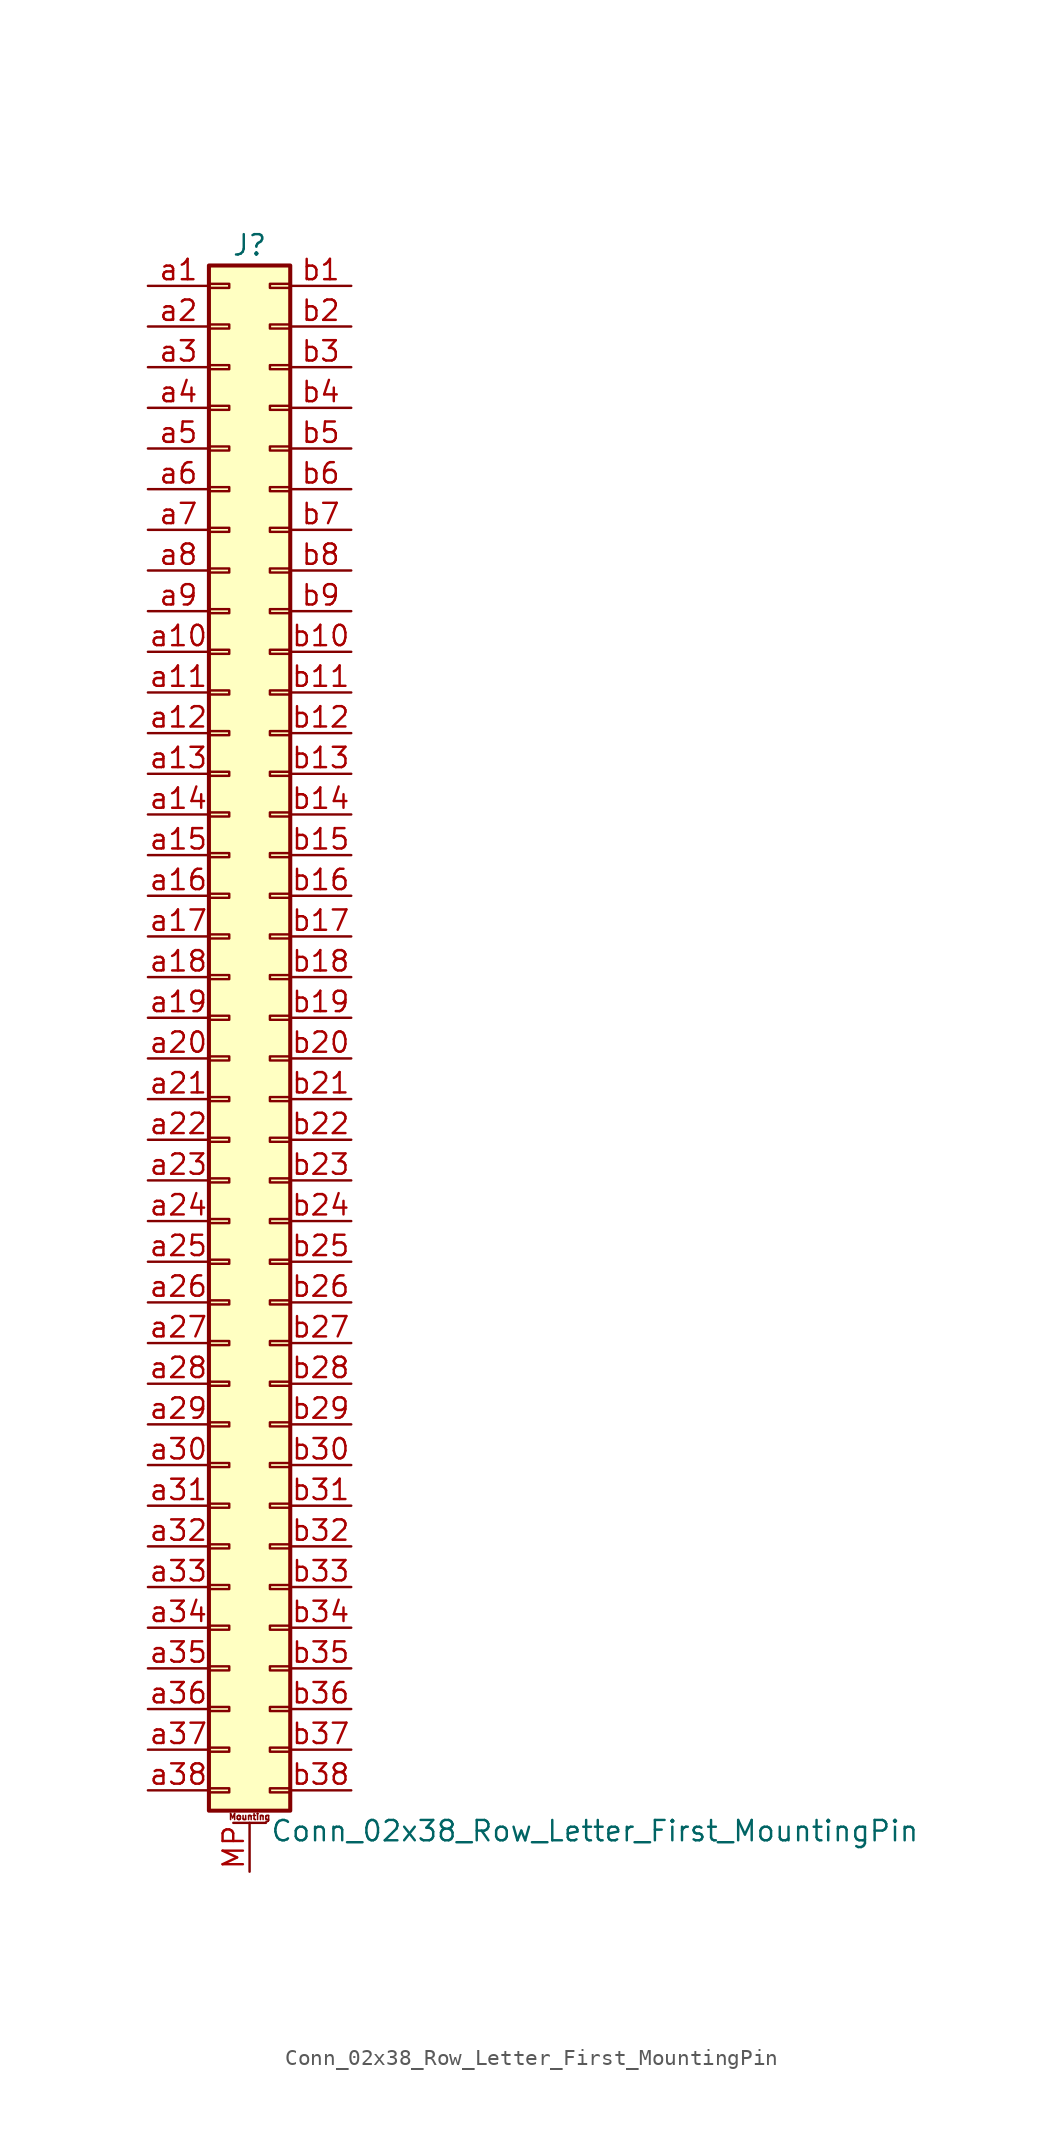
<source format=kicad_sym>
(kicad_symbol_lib
  (version 20201005)
  (generator kicad_symbol_editor)
  (symbol "Conn_02x38_Row_Letter_First_MountingPin"
    (pin_names
      (offset 1.016) hide)
    (property "Reference" "J"
      (at 1.27 48.26 0)
      (effects (font (size 1.27 1.27))))
    (property "Value" "Conn_02x38_Row_Letter_First_MountingPin"
      (at 2.54 -50.8 0)
      (effects (font (size 1.27 1.27)) (justify left)))
    (symbol "Conn_02x38_Row_Letter_First_MountingPin_1_1"
      (text "Mounting" (at 1.27 -49.911 0) (effects (font (size 0.381 0.381))))
      (rectangle (start -1.27 -48.133) (end 0 -48.387) (stroke (width 0.152)) (fill (type none)))
      (rectangle (start -1.27 -45.593) (end 0 -45.847) (stroke (width 0.152)) (fill (type none)))
      (rectangle (start -1.27 -43.053) (end 0 -43.307) (stroke (width 0.152)) (fill (type none)))
      (rectangle (start -1.27 -40.513) (end 0 -40.767) (stroke (width 0.152)) (fill (type none)))
      (rectangle (start -1.27 -37.973) (end 0 -38.227) (stroke (width 0.152)) (fill (type none)))
      (rectangle (start -1.27 -35.433) (end 0 -35.687) (stroke (width 0.152)) (fill (type none)))
      (rectangle (start -1.27 -32.893) (end 0 -33.147) (stroke (width 0.152)) (fill (type none)))
      (rectangle (start -1.27 -30.353) (end 0 -30.607) (stroke (width 0.152)) (fill (type none)))
      (rectangle (start -1.27 -27.813) (end 0 -28.067) (stroke (width 0.152)) (fill (type none)))
      (rectangle (start -1.27 -25.273) (end 0 -25.527) (stroke (width 0.152)) (fill (type none)))
      (rectangle (start -1.27 -22.733) (end 0 -22.987) (stroke (width 0.152)) (fill (type none)))
      (rectangle (start -1.27 -20.193) (end 0 -20.447) (stroke (width 0.152)) (fill (type none)))
      (rectangle (start -1.27 -17.653) (end 0 -17.907) (stroke (width 0.152)) (fill (type none)))
      (rectangle (start -1.27 -15.113) (end 0 -15.367) (stroke (width 0.152)) (fill (type none)))
      (rectangle (start -1.27 -12.573) (end 0 -12.827) (stroke (width 0.152)) (fill (type none)))
      (rectangle (start -1.27 -10.033) (end 0 -10.287) (stroke (width 0.152)) (fill (type none)))
      (rectangle (start -1.27 -7.493) (end 0 -7.747) (stroke (width 0.152)) (fill (type none)))
      (rectangle (start -1.27 -4.953) (end 0 -5.207) (stroke (width 0.152)) (fill (type none)))
      (rectangle (start -1.27 -2.413) (end 0 -2.667) (stroke (width 0.152)) (fill (type none)))
      (rectangle (start -1.27 0.127) (end 0 -0.127) (stroke (width 0.152)) (fill (type none)))
      (rectangle (start -1.27 2.667) (end 0 2.413) (stroke (width 0.152)) (fill (type none)))
      (rectangle (start -1.27 5.207) (end 0 4.953) (stroke (width 0.152)) (fill (type none)))
      (rectangle (start -1.27 7.747) (end 0 7.493) (stroke (width 0.152)) (fill (type none)))
      (rectangle (start -1.27 10.287) (end 0 10.033) (stroke (width 0.152)) (fill (type none)))
      (rectangle (start -1.27 12.827) (end 0 12.573) (stroke (width 0.152)) (fill (type none)))
      (rectangle (start -1.27 15.367) (end 0 15.113) (stroke (width 0.152)) (fill (type none)))
      (rectangle (start -1.27 17.907) (end 0 17.653) (stroke (width 0.152)) (fill (type none)))
      (rectangle (start -1.27 20.447) (end 0 20.193) (stroke (width 0.152)) (fill (type none)))
      (rectangle (start -1.27 22.987) (end 0 22.733) (stroke (width 0.152)) (fill (type none)))
      (rectangle (start -1.27 25.527) (end 0 25.273) (stroke (width 0.152)) (fill (type none)))
      (rectangle (start -1.27 28.067) (end 0 27.813) (stroke (width 0.152)) (fill (type none)))
      (rectangle (start -1.27 30.607) (end 0 30.353) (stroke (width 0.152)) (fill (type none)))
      (rectangle (start -1.27 33.147) (end 0 32.893) (stroke (width 0.152)) (fill (type none)))
      (rectangle (start -1.27 35.687) (end 0 35.433) (stroke (width 0.152)) (fill (type none)))
      (rectangle (start -1.27 38.227) (end 0 37.973) (stroke (width 0.152)) (fill (type none)))
      (rectangle (start -1.27 40.767) (end 0 40.513) (stroke (width 0.152)) (fill (type none)))
      (rectangle (start -1.27 43.307) (end 0 43.053) (stroke (width 0.152)) (fill (type none)))
      (rectangle (start -1.27 45.847) (end 0 45.593) (stroke (width 0.152)) (fill (type none)))
      (rectangle (start 3.81 -48.133) (end 2.54 -48.387) (stroke (width 0.152)) (fill (type none)))
      (rectangle (start 3.81 -45.593) (end 2.54 -45.847) (stroke (width 0.152)) (fill (type none)))
      (rectangle (start 3.81 -43.053) (end 2.54 -43.307) (stroke (width 0.152)) (fill (type none)))
      (rectangle (start 3.81 -40.513) (end 2.54 -40.767) (stroke (width 0.152)) (fill (type none)))
      (rectangle (start 3.81 -37.973) (end 2.54 -38.227) (stroke (width 0.152)) (fill (type none)))
      (rectangle (start 3.81 -35.433) (end 2.54 -35.687) (stroke (width 0.152)) (fill (type none)))
      (rectangle (start 3.81 -32.893) (end 2.54 -33.147) (stroke (width 0.152)) (fill (type none)))
      (rectangle (start 3.81 -30.353) (end 2.54 -30.607) (stroke (width 0.152)) (fill (type none)))
      (rectangle (start 3.81 -27.813) (end 2.54 -28.067) (stroke (width 0.152)) (fill (type none)))
      (rectangle (start 3.81 -25.273) (end 2.54 -25.527) (stroke (width 0.152)) (fill (type none)))
      (rectangle (start 3.81 -22.733) (end 2.54 -22.987) (stroke (width 0.152)) (fill (type none)))
      (rectangle (start 3.81 -20.193) (end 2.54 -20.447) (stroke (width 0.152)) (fill (type none)))
      (rectangle (start 3.81 -17.653) (end 2.54 -17.907) (stroke (width 0.152)) (fill (type none)))
      (rectangle (start 3.81 -15.113) (end 2.54 -15.367) (stroke (width 0.152)) (fill (type none)))
      (rectangle (start 3.81 -12.573) (end 2.54 -12.827) (stroke (width 0.152)) (fill (type none)))
      (rectangle (start 3.81 -10.033) (end 2.54 -10.287) (stroke (width 0.152)) (fill (type none)))
      (rectangle (start 3.81 -7.493) (end 2.54 -7.747) (stroke (width 0.152)) (fill (type none)))
      (rectangle (start 3.81 -4.953) (end 2.54 -5.207) (stroke (width 0.152)) (fill (type none)))
      (rectangle (start 3.81 -2.413) (end 2.54 -2.667) (stroke (width 0.152)) (fill (type none)))
      (rectangle (start 3.81 0.127) (end 2.54 -0.127) (stroke (width 0.152)) (fill (type none)))
      (rectangle (start 3.81 2.667) (end 2.54 2.413) (stroke (width 0.152)) (fill (type none)))
      (rectangle (start 3.81 5.207) (end 2.54 4.953) (stroke (width 0.152)) (fill (type none)))
      (rectangle (start 3.81 7.747) (end 2.54 7.493) (stroke (width 0.152)) (fill (type none)))
      (rectangle (start 3.81 10.287) (end 2.54 10.033) (stroke (width 0.152)) (fill (type none)))
      (rectangle (start 3.81 12.827) (end 2.54 12.573) (stroke (width 0.152)) (fill (type none)))
      (rectangle (start 3.81 15.367) (end 2.54 15.113) (stroke (width 0.152)) (fill (type none)))
      (rectangle (start 3.81 17.907) (end 2.54 17.653) (stroke (width 0.152)) (fill (type none)))
      (rectangle (start 3.81 20.447) (end 2.54 20.193) (stroke (width 0.152)) (fill (type none)))
      (rectangle (start 3.81 22.987) (end 2.54 22.733) (stroke (width 0.152)) (fill (type none)))
      (rectangle (start 3.81 25.527) (end 2.54 25.273) (stroke (width 0.152)) (fill (type none)))
      (rectangle (start 3.81 28.067) (end 2.54 27.813) (stroke (width 0.152)) (fill (type none)))
      (rectangle (start 3.81 30.607) (end 2.54 30.353) (stroke (width 0.152)) (fill (type none)))
      (rectangle (start 3.81 33.147) (end 2.54 32.893) (stroke (width 0.152)) (fill (type none)))
      (rectangle (start 3.81 35.687) (end 2.54 35.433) (stroke (width 0.152)) (fill (type none)))
      (rectangle (start 3.81 38.227) (end 2.54 37.973) (stroke (width 0.152)) (fill (type none)))
      (rectangle (start 3.81 40.767) (end 2.54 40.513) (stroke (width 0.152)) (fill (type none)))
      (rectangle (start 3.81 43.307) (end 2.54 43.053) (stroke (width 0.152)) (fill (type none)))
      (rectangle (start 3.81 45.847) (end 2.54 45.593) (stroke (width 0.152)) (fill (type none)))
      (rectangle (start -1.27 46.99) (end 3.81 -49.53) (stroke (width 0.254)) (fill (type background)))
      (polyline (pts (xy 0.254 -50.292) (xy 2.286 -50.292)) (stroke (width 0.152)) (fill (type none)))
      (pin passive line (at 1.27 -53.34 90) (length 3.048) (name "MountPin" (effects (font (size 1.27 1.27)))) (number "MP" (effects (font (size 1.27 1.27)))))
      (pin passive line (at -5.08 45.72 0) (length 3.81) (name "Pin_a1" (effects (font (size 1.27 1.27)))) (number "a1" (effects (font (size 1.27 1.27)))))
      (pin passive line (at -5.08 22.86 0) (length 3.81) (name "Pin_a10" (effects (font (size 1.27 1.27)))) (number "a10" (effects (font (size 1.27 1.27)))))
      (pin passive line (at -5.08 20.32 0) (length 3.81) (name "Pin_a11" (effects (font (size 1.27 1.27)))) (number "a11" (effects (font (size 1.27 1.27)))))
      (pin passive line (at -5.08 17.78 0) (length 3.81) (name "Pin_a12" (effects (font (size 1.27 1.27)))) (number "a12" (effects (font (size 1.27 1.27)))))
      (pin passive line (at -5.08 15.24 0) (length 3.81) (name "Pin_a13" (effects (font (size 1.27 1.27)))) (number "a13" (effects (font (size 1.27 1.27)))))
      (pin passive line (at -5.08 12.7 0) (length 3.81) (name "Pin_a14" (effects (font (size 1.27 1.27)))) (number "a14" (effects (font (size 1.27 1.27)))))
      (pin passive line (at -5.08 10.16 0) (length 3.81) (name "Pin_a15" (effects (font (size 1.27 1.27)))) (number "a15" (effects (font (size 1.27 1.27)))))
      (pin passive line (at -5.08 7.62 0) (length 3.81) (name "Pin_a16" (effects (font (size 1.27 1.27)))) (number "a16" (effects (font (size 1.27 1.27)))))
      (pin passive line (at -5.08 5.08 0) (length 3.81) (name "Pin_a17" (effects (font (size 1.27 1.27)))) (number "a17" (effects (font (size 1.27 1.27)))))
      (pin passive line (at -5.08 2.54 0) (length 3.81) (name "Pin_a18" (effects (font (size 1.27 1.27)))) (number "a18" (effects (font (size 1.27 1.27)))))
      (pin passive line (at -5.08 0 0) (length 3.81) (name "Pin_a19" (effects (font (size 1.27 1.27)))) (number "a19" (effects (font (size 1.27 1.27)))))
      (pin passive line (at -5.08 43.18 0) (length 3.81) (name "Pin_a2" (effects (font (size 1.27 1.27)))) (number "a2" (effects (font (size 1.27 1.27)))))
      (pin passive line (at -5.08 -2.54 0) (length 3.81) (name "Pin_a20" (effects (font (size 1.27 1.27)))) (number "a20" (effects (font (size 1.27 1.27)))))
      (pin passive line (at -5.08 -5.08 0) (length 3.81) (name "Pin_a21" (effects (font (size 1.27 1.27)))) (number "a21" (effects (font (size 1.27 1.27)))))
      (pin passive line (at -5.08 -7.62 0) (length 3.81) (name "Pin_a22" (effects (font (size 1.27 1.27)))) (number "a22" (effects (font (size 1.27 1.27)))))
      (pin passive line (at -5.08 -10.16 0) (length 3.81) (name "Pin_a23" (effects (font (size 1.27 1.27)))) (number "a23" (effects (font (size 1.27 1.27)))))
      (pin passive line (at -5.08 -12.7 0) (length 3.81) (name "Pin_a24" (effects (font (size 1.27 1.27)))) (number "a24" (effects (font (size 1.27 1.27)))))
      (pin passive line (at -5.08 -15.24 0) (length 3.81) (name "Pin_a25" (effects (font (size 1.27 1.27)))) (number "a25" (effects (font (size 1.27 1.27)))))
      (pin passive line (at -5.08 -17.78 0) (length 3.81) (name "Pin_a26" (effects (font (size 1.27 1.27)))) (number "a26" (effects (font (size 1.27 1.27)))))
      (pin passive line (at -5.08 -20.32 0) (length 3.81) (name "Pin_a27" (effects (font (size 1.27 1.27)))) (number "a27" (effects (font (size 1.27 1.27)))))
      (pin passive line (at -5.08 -22.86 0) (length 3.81) (name "Pin_a28" (effects (font (size 1.27 1.27)))) (number "a28" (effects (font (size 1.27 1.27)))))
      (pin passive line (at -5.08 -25.4 0) (length 3.81) (name "Pin_a29" (effects (font (size 1.27 1.27)))) (number "a29" (effects (font (size 1.27 1.27)))))
      (pin passive line (at -5.08 40.64 0) (length 3.81) (name "Pin_a3" (effects (font (size 1.27 1.27)))) (number "a3" (effects (font (size 1.27 1.27)))))
      (pin passive line (at -5.08 -27.94 0) (length 3.81) (name "Pin_a30" (effects (font (size 1.27 1.27)))) (number "a30" (effects (font (size 1.27 1.27)))))
      (pin passive line (at -5.08 -30.48 0) (length 3.81) (name "Pin_a31" (effects (font (size 1.27 1.27)))) (number "a31" (effects (font (size 1.27 1.27)))))
      (pin passive line (at -5.08 -33.02 0) (length 3.81) (name "Pin_a32" (effects (font (size 1.27 1.27)))) (number "a32" (effects (font (size 1.27 1.27)))))
      (pin passive line (at -5.08 -35.56 0) (length 3.81) (name "Pin_a33" (effects (font (size 1.27 1.27)))) (number "a33" (effects (font (size 1.27 1.27)))))
      (pin passive line (at -5.08 -38.1 0) (length 3.81) (name "Pin_a34" (effects (font (size 1.27 1.27)))) (number "a34" (effects (font (size 1.27 1.27)))))
      (pin passive line (at -5.08 -40.64 0) (length 3.81) (name "Pin_a35" (effects (font (size 1.27 1.27)))) (number "a35" (effects (font (size 1.27 1.27)))))
      (pin passive line (at -5.08 -43.18 0) (length 3.81) (name "Pin_a36" (effects (font (size 1.27 1.27)))) (number "a36" (effects (font (size 1.27 1.27)))))
      (pin passive line (at -5.08 -45.72 0) (length 3.81) (name "Pin_a37" (effects (font (size 1.27 1.27)))) (number "a37" (effects (font (size 1.27 1.27)))))
      (pin passive line (at -5.08 -48.26 0) (length 3.81) (name "Pin_a38" (effects (font (size 1.27 1.27)))) (number "a38" (effects (font (size 1.27 1.27)))))
      (pin passive line (at -5.08 38.1 0) (length 3.81) (name "Pin_a4" (effects (font (size 1.27 1.27)))) (number "a4" (effects (font (size 1.27 1.27)))))
      (pin passive line (at -5.08 35.56 0) (length 3.81) (name "Pin_a5" (effects (font (size 1.27 1.27)))) (number "a5" (effects (font (size 1.27 1.27)))))
      (pin passive line (at -5.08 33.02 0) (length 3.81) (name "Pin_a6" (effects (font (size 1.27 1.27)))) (number "a6" (effects (font (size 1.27 1.27)))))
      (pin passive line (at -5.08 30.48 0) (length 3.81) (name "Pin_a7" (effects (font (size 1.27 1.27)))) (number "a7" (effects (font (size 1.27 1.27)))))
      (pin passive line (at -5.08 27.94 0) (length 3.81) (name "Pin_a8" (effects (font (size 1.27 1.27)))) (number "a8" (effects (font (size 1.27 1.27)))))
      (pin passive line (at -5.08 25.4 0) (length 3.81) (name "Pin_a9" (effects (font (size 1.27 1.27)))) (number "a9" (effects (font (size 1.27 1.27)))))
      (pin passive line (at 7.62 45.72 180) (length 3.81) (name "Pin_b1" (effects (font (size 1.27 1.27)))) (number "b1" (effects (font (size 1.27 1.27)))))
      (pin passive line (at 7.62 22.86 180) (length 3.81) (name "Pin_b10" (effects (font (size 1.27 1.27)))) (number "b10" (effects (font (size 1.27 1.27)))))
      (pin passive line (at 7.62 20.32 180) (length 3.81) (name "Pin_b11" (effects (font (size 1.27 1.27)))) (number "b11" (effects (font (size 1.27 1.27)))))
      (pin passive line (at 7.62 17.78 180) (length 3.81) (name "Pin_b12" (effects (font (size 1.27 1.27)))) (number "b12" (effects (font (size 1.27 1.27)))))
      (pin passive line (at 7.62 15.24 180) (length 3.81) (name "Pin_b13" (effects (font (size 1.27 1.27)))) (number "b13" (effects (font (size 1.27 1.27)))))
      (pin passive line (at 7.62 12.7 180) (length 3.81) (name "Pin_b14" (effects (font (size 1.27 1.27)))) (number "b14" (effects (font (size 1.27 1.27)))))
      (pin passive line (at 7.62 10.16 180) (length 3.81) (name "Pin_b15" (effects (font (size 1.27 1.27)))) (number "b15" (effects (font (size 1.27 1.27)))))
      (pin passive line (at 7.62 7.62 180) (length 3.81) (name "Pin_b16" (effects (font (size 1.27 1.27)))) (number "b16" (effects (font (size 1.27 1.27)))))
      (pin passive line (at 7.62 5.08 180) (length 3.81) (name "Pin_b17" (effects (font (size 1.27 1.27)))) (number "b17" (effects (font (size 1.27 1.27)))))
      (pin passive line (at 7.62 2.54 180) (length 3.81) (name "Pin_b18" (effects (font (size 1.27 1.27)))) (number "b18" (effects (font (size 1.27 1.27)))))
      (pin passive line (at 7.62 0 180) (length 3.81) (name "Pin_b19" (effects (font (size 1.27 1.27)))) (number "b19" (effects (font (size 1.27 1.27)))))
      (pin passive line (at 7.62 43.18 180) (length 3.81) (name "Pin_b2" (effects (font (size 1.27 1.27)))) (number "b2" (effects (font (size 1.27 1.27)))))
      (pin passive line (at 7.62 -2.54 180) (length 3.81) (name "Pin_b20" (effects (font (size 1.27 1.27)))) (number "b20" (effects (font (size 1.27 1.27)))))
      (pin passive line (at 7.62 -5.08 180) (length 3.81) (name "Pin_b21" (effects (font (size 1.27 1.27)))) (number "b21" (effects (font (size 1.27 1.27)))))
      (pin passive line (at 7.62 -7.62 180) (length 3.81) (name "Pin_b22" (effects (font (size 1.27 1.27)))) (number "b22" (effects (font (size 1.27 1.27)))))
      (pin passive line (at 7.62 -10.16 180) (length 3.81) (name "Pin_b23" (effects (font (size 1.27 1.27)))) (number "b23" (effects (font (size 1.27 1.27)))))
      (pin passive line (at 7.62 -12.7 180) (length 3.81) (name "Pin_b24" (effects (font (size 1.27 1.27)))) (number "b24" (effects (font (size 1.27 1.27)))))
      (pin passive line (at 7.62 -15.24 180) (length 3.81) (name "Pin_b25" (effects (font (size 1.27 1.27)))) (number "b25" (effects (font (size 1.27 1.27)))))
      (pin passive line (at 7.62 -17.78 180) (length 3.81) (name "Pin_b26" (effects (font (size 1.27 1.27)))) (number "b26" (effects (font (size 1.27 1.27)))))
      (pin passive line (at 7.62 -20.32 180) (length 3.81) (name "Pin_b27" (effects (font (size 1.27 1.27)))) (number "b27" (effects (font (size 1.27 1.27)))))
      (pin passive line (at 7.62 -22.86 180) (length 3.81) (name "Pin_b28" (effects (font (size 1.27 1.27)))) (number "b28" (effects (font (size 1.27 1.27)))))
      (pin passive line (at 7.62 -25.4 180) (length 3.81) (name "Pin_b29" (effects (font (size 1.27 1.27)))) (number "b29" (effects (font (size 1.27 1.27)))))
      (pin passive line (at 7.62 40.64 180) (length 3.81) (name "Pin_b3" (effects (font (size 1.27 1.27)))) (number "b3" (effects (font (size 1.27 1.27)))))
      (pin passive line (at 7.62 -27.94 180) (length 3.81) (name "Pin_b30" (effects (font (size 1.27 1.27)))) (number "b30" (effects (font (size 1.27 1.27)))))
      (pin passive line (at 7.62 -30.48 180) (length 3.81) (name "Pin_b31" (effects (font (size 1.27 1.27)))) (number "b31" (effects (font (size 1.27 1.27)))))
      (pin passive line (at 7.62 -33.02 180) (length 3.81) (name "Pin_b32" (effects (font (size 1.27 1.27)))) (number "b32" (effects (font (size 1.27 1.27)))))
      (pin passive line (at 7.62 -35.56 180) (length 3.81) (name "Pin_b33" (effects (font (size 1.27 1.27)))) (number "b33" (effects (font (size 1.27 1.27)))))
      (pin passive line (at 7.62 -38.1 180) (length 3.81) (name "Pin_b34" (effects (font (size 1.27 1.27)))) (number "b34" (effects (font (size 1.27 1.27)))))
      (pin passive line (at 7.62 -40.64 180) (length 3.81) (name "Pin_b35" (effects (font (size 1.27 1.27)))) (number "b35" (effects (font (size 1.27 1.27)))))
      (pin passive line (at 7.62 -43.18 180) (length 3.81) (name "Pin_b36" (effects (font (size 1.27 1.27)))) (number "b36" (effects (font (size 1.27 1.27)))))
      (pin passive line (at 7.62 -45.72 180) (length 3.81) (name "Pin_b37" (effects (font (size 1.27 1.27)))) (number "b37" (effects (font (size 1.27 1.27)))))
      (pin passive line (at 7.62 -48.26 180) (length 3.81) (name "Pin_b38" (effects (font (size 1.27 1.27)))) (number "b38" (effects (font (size 1.27 1.27)))))
      (pin passive line (at 7.62 38.1 180) (length 3.81) (name "Pin_b4" (effects (font (size 1.27 1.27)))) (number "b4" (effects (font (size 1.27 1.27)))))
      (pin passive line (at 7.62 35.56 180) (length 3.81) (name "Pin_b5" (effects (font (size 1.27 1.27)))) (number "b5" (effects (font (size 1.27 1.27)))))
      (pin passive line (at 7.62 33.02 180) (length 3.81) (name "Pin_b6" (effects (font (size 1.27 1.27)))) (number "b6" (effects (font (size 1.27 1.27)))))
      (pin passive line (at 7.62 30.48 180) (length 3.81) (name "Pin_b7" (effects (font (size 1.27 1.27)))) (number "b7" (effects (font (size 1.27 1.27)))))
      (pin passive line (at 7.62 27.94 180) (length 3.81) (name "Pin_b8" (effects (font (size 1.27 1.27)))) (number "b8" (effects (font (size 1.27 1.27)))))
      (pin passive line (at 7.62 25.4 180) (length 3.81) (name "Pin_b9" (effects (font (size 1.27 1.27)))) (number "b9" (effects (font (size 1.27 1.27))))))))
</source>
